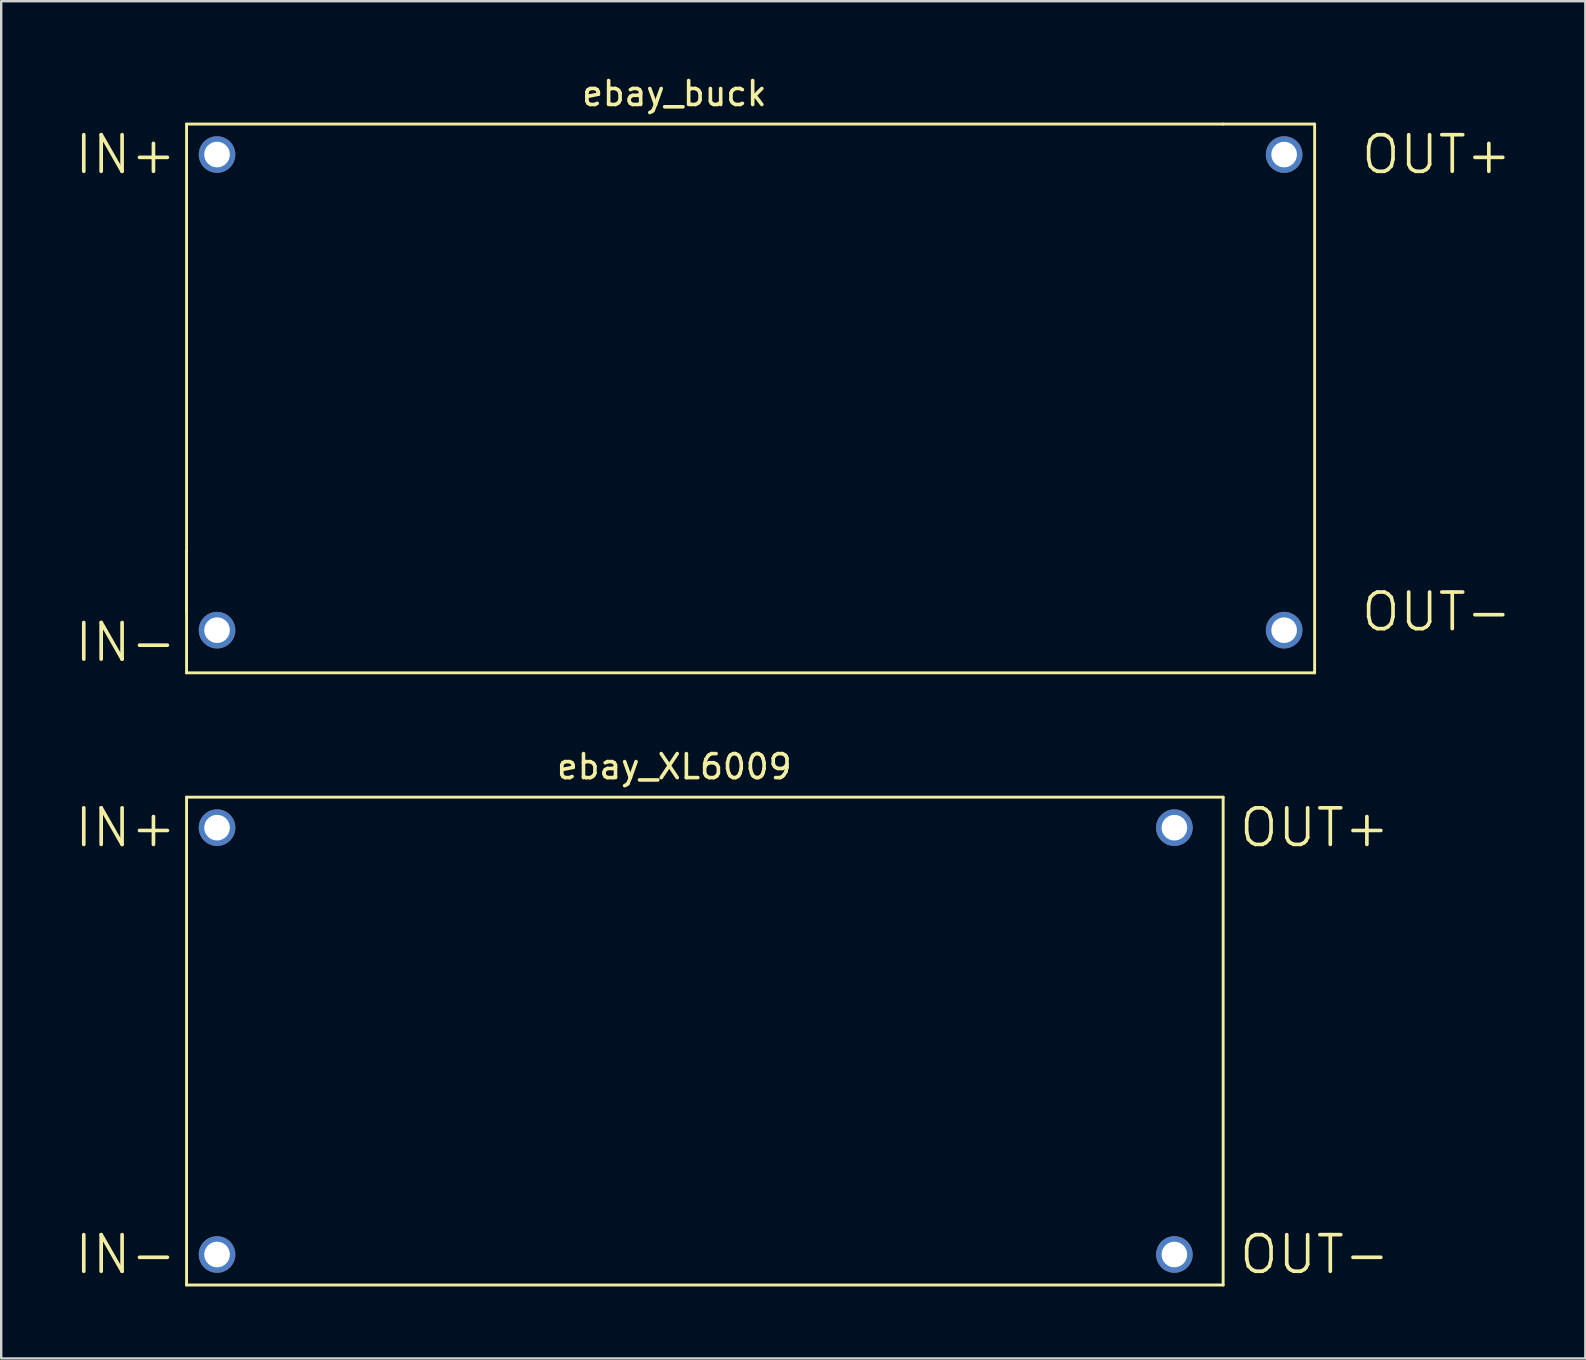
<source format=kicad_pcb>
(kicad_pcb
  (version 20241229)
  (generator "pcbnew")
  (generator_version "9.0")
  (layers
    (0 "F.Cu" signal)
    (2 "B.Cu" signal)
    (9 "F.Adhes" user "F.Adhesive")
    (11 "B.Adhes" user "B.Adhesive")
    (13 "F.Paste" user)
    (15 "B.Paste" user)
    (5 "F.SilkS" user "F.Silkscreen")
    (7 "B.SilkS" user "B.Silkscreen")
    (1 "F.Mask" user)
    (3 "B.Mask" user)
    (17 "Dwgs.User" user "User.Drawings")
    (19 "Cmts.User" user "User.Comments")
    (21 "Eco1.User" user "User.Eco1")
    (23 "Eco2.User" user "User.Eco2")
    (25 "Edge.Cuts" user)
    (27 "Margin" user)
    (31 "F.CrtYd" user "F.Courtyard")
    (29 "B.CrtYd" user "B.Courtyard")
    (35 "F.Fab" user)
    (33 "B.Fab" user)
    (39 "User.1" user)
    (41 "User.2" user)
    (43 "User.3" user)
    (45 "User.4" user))
  (footprint "ebay_buck"
    (layer "F.Cu")
    (at 5.991 3.388)
    (property "Reference" "ebay_buck" (at 19.05 -2.54 0) (layer "F.SilkS") (effects (font (size 1 1) (thickness 0.15))))
    (attr through_hole)
    (fp_line (start -1.27 -1.27) (end 41.91 -1.27) (stroke (width 0.12) (type solid)) (layer "F.SilkS"))
    (fp_line (start -1.27 16.51) (end -1.27 21.59) (stroke (width 0.12) (type solid)) (layer "F.SilkS"))
    (fp_line (start -1.27 19.05) (end -1.27 -1.27) (stroke (width 0.12) (type solid)) (layer "F.SilkS"))
    (fp_line (start 41.91 -1.27) (end 45.72 -1.27) (stroke (width 0.12) (type solid)) (layer "F.SilkS"))
    (fp_line (start 45.72 -1.27) (end 45.72 21.59) (stroke (width 0.12) (type solid)) (layer "F.SilkS"))
    (fp_line (start 45.72 21.59) (end -1.27 21.59) (stroke (width 0.12) (type solid)) (layer "F.SilkS"))
    (fp_text user "OUT+" (at 50.8 0 0) (layer "F.SilkS") (effects (font (size 1.524 1.524) (thickness 0.152))))
    (fp_text user "OUT-" (at 50.8 19.05 0) (layer "F.SilkS") (effects (font (size 1.524 1.524) (thickness 0.152))))
    (fp_text user "IN-" (at -3.81 20.32 0) (layer "F.SilkS") (effects (font (size 1.524 1.524) (thickness 0.152))))
    (fp_text user "IN+" (at -3.81 0 0) (layer "F.SilkS") (effects (font (size 1.524 1.524) (thickness 0.152))))
    (pad "1" thru_hole circle (at 0 0) (size 1.524 1.524) (drill 1.067) (layers "*.Cu" "*.Mask"))
    (pad "2" thru_hole circle (at 0 19.812) (size 1.524 1.524) (drill 1.067) (layers "*.Cu" "*.Mask"))
    (pad "3" thru_hole circle (at 44.45 0) (size 1.524 1.524) (drill 1.067) (layers "*.Cu" "*.Mask"))
    (pad "4" thru_hole circle (at 44.45 19.812) (size 1.524 1.524) (drill 1.067) (layers "*.Cu" "*.Mask")))
  (footprint "ebay_XL6009"
    (layer "F.Cu")
    (at 5.991 31.427)
    (property "Reference" "ebay_XL6009" (at 19.05 -2.54 0) (layer "F.SilkS") (effects (font (size 1 1) (thickness 0.15))))
    (attr through_hole)
    (fp_line (start -1.27 -1.27) (end 41.91 -1.27) (stroke (width 0.12) (type solid)) (layer "F.SilkS"))
    (fp_line (start -1.27 19.05) (end -1.27 -1.27) (stroke (width 0.12) (type solid)) (layer "F.SilkS"))
    (fp_line (start 41.91 -1.27) (end 41.91 19.05) (stroke (width 0.12) (type solid)) (layer "F.SilkS"))
    (fp_line (start 41.91 19.05) (end -1.27 19.05) (stroke (width 0.12) (type solid)) (layer "F.SilkS"))
    (fp_text user "IN-" (at -3.81 17.78 0) (layer "F.SilkS") (effects (font (size 1.524 1.524) (thickness 0.152))))
    (fp_text user "OUT+" (at 45.72 0 0) (layer "F.SilkS") (effects (font (size 1.524 1.524) (thickness 0.152))))
    (fp_text user "OUT-" (at 45.72 17.78 0) (layer "F.SilkS") (effects (font (size 1.524 1.524) (thickness 0.152))))
    (fp_text user "IN+" (at -3.81 0 0) (layer "F.SilkS") (effects (font (size 1.524 1.524) (thickness 0.152))))
    (pad "1" thru_hole circle (at 0 0) (size 1.524 1.524) (drill 1.067) (layers "*.Cu" "*.Mask"))
    (pad "2" thru_hole circle (at 0 17.78) (size 1.524 1.524) (drill 1.067) (layers "*.Cu" "*.Mask"))
    (pad "3" thru_hole circle (at 39.878 0) (size 1.524 1.524) (drill 1.067) (layers "*.Cu" "*.Mask"))
    (pad "4" thru_hole circle (at 39.878 17.78) (size 1.524 1.524) (drill 1.067) (layers "*.Cu" "*.Mask")))
  (gr_rect
    (start -3 -3)
    (end 62.988 53.536)
    (stroke (width 0.1) (type default))
    (fill no)
    (layer "Edge.Cuts")))
</source>
